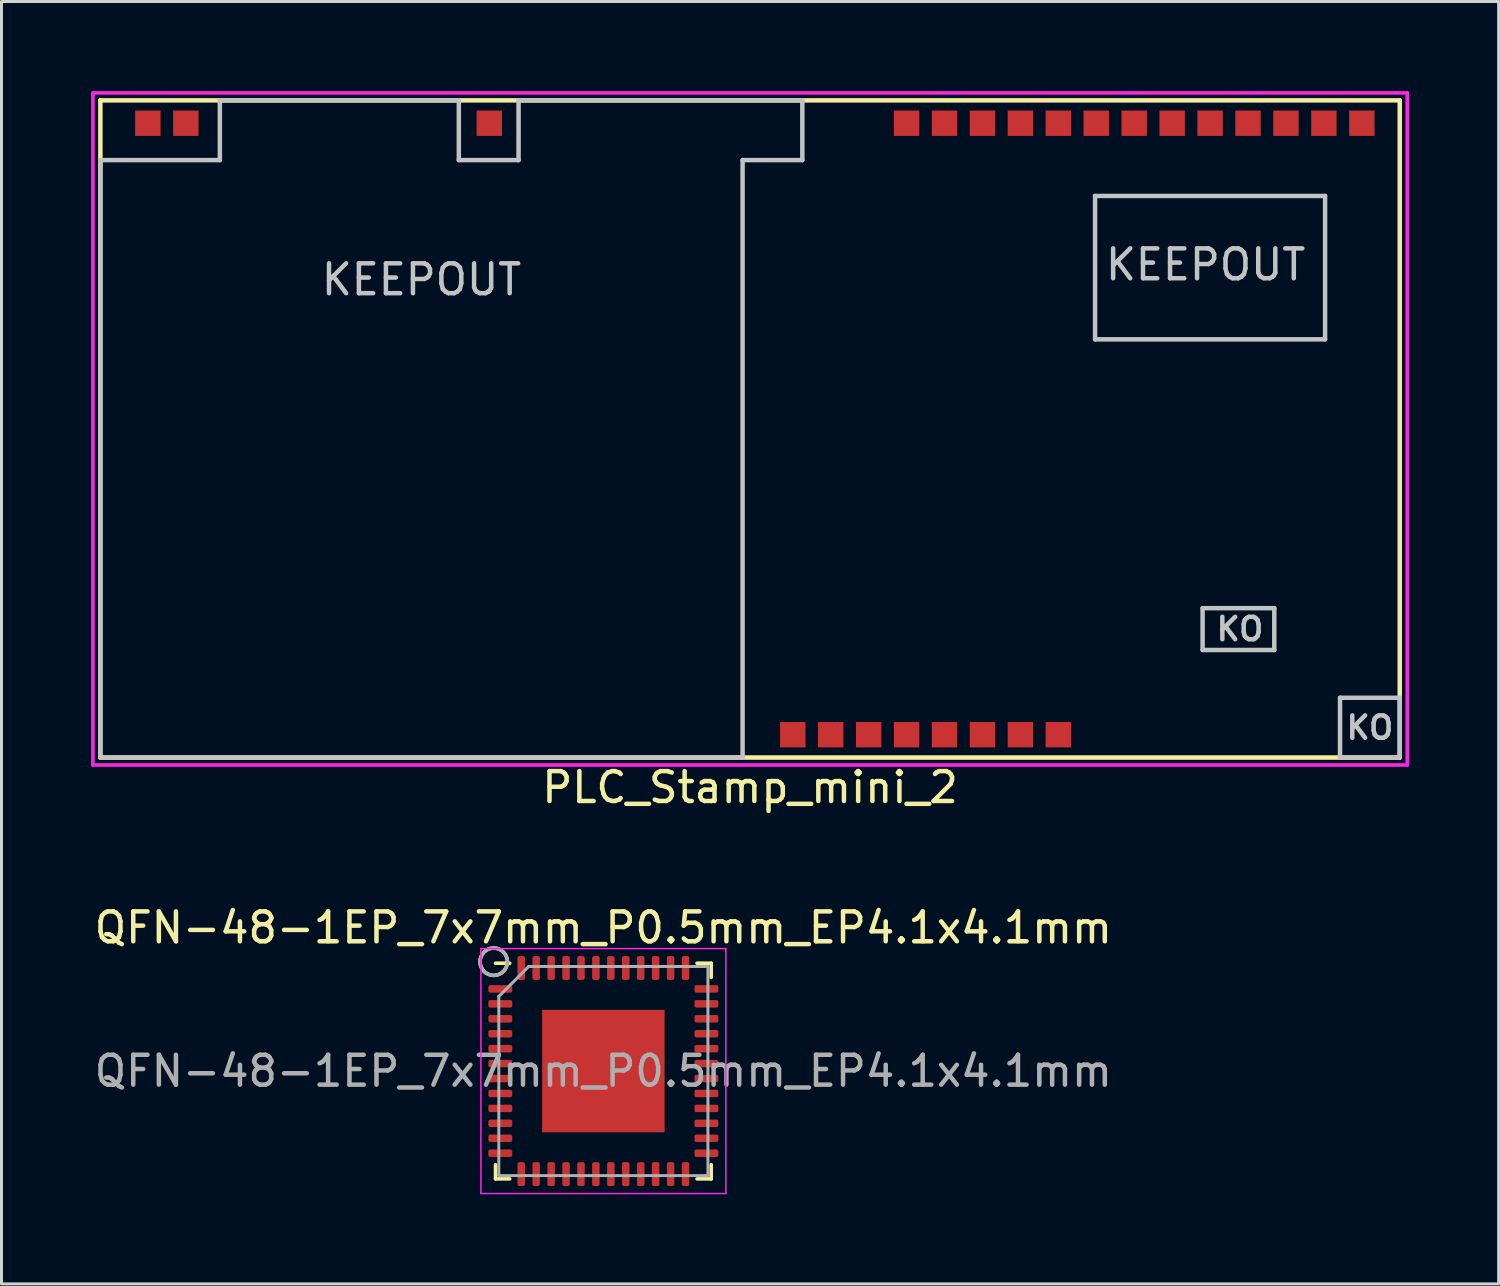
<source format=kicad_pcb>
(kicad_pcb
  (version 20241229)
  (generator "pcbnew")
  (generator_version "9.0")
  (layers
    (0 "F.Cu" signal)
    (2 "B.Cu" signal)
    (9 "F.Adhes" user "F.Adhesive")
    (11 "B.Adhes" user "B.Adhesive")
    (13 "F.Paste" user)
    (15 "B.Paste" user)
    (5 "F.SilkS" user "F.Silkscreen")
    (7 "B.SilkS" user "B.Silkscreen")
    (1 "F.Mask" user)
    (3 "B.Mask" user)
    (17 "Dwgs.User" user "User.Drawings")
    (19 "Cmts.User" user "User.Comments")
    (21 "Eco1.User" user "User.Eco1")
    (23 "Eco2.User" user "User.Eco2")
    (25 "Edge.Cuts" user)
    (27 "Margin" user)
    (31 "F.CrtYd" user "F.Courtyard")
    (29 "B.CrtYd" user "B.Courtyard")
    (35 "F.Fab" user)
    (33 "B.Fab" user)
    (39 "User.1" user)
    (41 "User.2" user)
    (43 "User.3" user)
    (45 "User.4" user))
  (footprint "QFN-48-1EP_7x7mm_P0.5mm_EP4.1x4.1mm"
    (layer "F.Cu")
    (at 17.149 32.806)
    (property "Reference" "QFN-48-1EP_7x7mm_P0.5mm_EP4.1x4.1mm" (at 0 -4.8 0) (layer "F.SilkS") (effects (font (size 1 1) (thickness 0.15))))
    (attr smd)
    (fp_line (start -3.61 3.61) (end -3.61 3.135) (stroke (width 0.12) (type solid)) (layer "F.SilkS"))
    (fp_line (start -3.135 -3.61) (end -3.61 -3.61) (stroke (width 0.12) (type solid)) (layer "F.SilkS"))
    (fp_line (start -3.135 3.61) (end -3.61 3.61) (stroke (width 0.12) (type solid)) (layer "F.SilkS"))
    (fp_line (start 3.135 -3.61) (end 3.61 -3.61) (stroke (width 0.12) (type solid)) (layer "F.SilkS"))
    (fp_line (start 3.135 3.61) (end 3.61 3.61) (stroke (width 0.12) (type solid)) (layer "F.SilkS"))
    (fp_line (start 3.61 -3.61) (end 3.61 -3.135) (stroke (width 0.12) (type solid)) (layer "F.SilkS"))
    (fp_line (start 3.61 3.61) (end 3.61 3.135) (stroke (width 0.12) (type solid)) (layer "F.SilkS"))
    (fp_circle (center -3.67 -3.66) (end -4.06 -3.9) (stroke (width 0.12) (type solid)) (fill no) (layer "F.SilkS"))
    (fp_line (start -4.1 -4.1) (end -4.1 4.1) (stroke (width 0.05) (type solid)) (layer "F.CrtYd"))
    (fp_line (start -4.1 4.1) (end 4.1 4.1) (stroke (width 0.05) (type solid)) (layer "F.CrtYd"))
    (fp_line (start 4.1 -4.1) (end -4.1 -4.1) (stroke (width 0.05) (type solid)) (layer "F.CrtYd"))
    (fp_line (start 4.1 4.1) (end 4.1 -4.1) (stroke (width 0.05) (type solid)) (layer "F.CrtYd"))
    (fp_line (start -3.5 -2.5) (end -2.5 -3.5) (stroke (width 0.1) (type solid)) (layer "F.Fab"))
    (fp_line (start -3.5 3.5) (end -3.5 -2.5) (stroke (width 0.1) (type solid)) (layer "F.Fab"))
    (fp_line (start -2.5 -3.5) (end 3.5 -3.5) (stroke (width 0.1) (type solid)) (layer "F.Fab"))
    (fp_line (start 3.5 -3.5) (end 3.5 3.5) (stroke (width 0.1) (type solid)) (layer "F.Fab"))
    (fp_line (start 3.5 3.5) (end -3.5 3.5) (stroke (width 0.1) (type solid)) (layer "F.Fab"))
    (fp_circle (center -3.67 -3.66) (end -3.212 -3.66) (stroke (width 0.12) (type solid)) (fill no) (layer "F.Fab"))
    (fp_text user "${REFERENCE}" (at 0 0 0) (layer "F.Fab") (effects (font (size 1 1) (thickness 0.15))))
    (pad "" smd roundrect (at -1 -1) (size 1.5 1.5) (layers "F.Paste") (roundrect_rratio 0.234))
    (pad "" smd roundrect (at -1 1) (size 1.5 1.5) (layers "F.Paste") (roundrect_rratio 0.234))
    (pad "" smd roundrect (at 1 -1) (size 1.5 1.5) (layers "F.Paste") (roundrect_rratio 0.234))
    (pad "" smd roundrect (at 1 1) (size 1.5 1.5) (layers "F.Paste") (roundrect_rratio 0.234))
    (pad "1" smd roundrect (at -3.45 -2.75) (size 0.8 0.25) (layers "F.Cu" "F.Mask" "F.Paste") (roundrect_rratio 0.25))
    (pad "2" smd roundrect (at -3.45 -2.25) (size 0.8 0.25) (layers "F.Cu" "F.Mask" "F.Paste") (roundrect_rratio 0.25))
    (pad "3" smd roundrect (at -3.45 -1.75) (size 0.8 0.25) (layers "F.Cu" "F.Mask" "F.Paste") (roundrect_rratio 0.25))
    (pad "4" smd roundrect (at -3.45 -1.25) (size 0.8 0.25) (layers "F.Cu" "F.Mask" "F.Paste") (roundrect_rratio 0.25))
    (pad "5" smd roundrect (at -3.45 -0.75) (size 0.8 0.25) (layers "F.Cu" "F.Mask" "F.Paste") (roundrect_rratio 0.25))
    (pad "6" smd roundrect (at -3.45 -0.25) (size 0.8 0.25) (layers "F.Cu" "F.Mask" "F.Paste") (roundrect_rratio 0.25))
    (pad "7" smd roundrect (at -3.45 0.25) (size 0.8 0.25) (layers "F.Cu" "F.Mask" "F.Paste") (roundrect_rratio 0.25))
    (pad "8" smd roundrect (at -3.45 0.75) (size 0.8 0.25) (layers "F.Cu" "F.Mask" "F.Paste") (roundrect_rratio 0.25))
    (pad "9" smd roundrect (at -3.45 1.25) (size 0.8 0.25) (layers "F.Cu" "F.Mask" "F.Paste") (roundrect_rratio 0.25))
    (pad "10" smd roundrect (at -3.45 1.75) (size 0.8 0.25) (layers "F.Cu" "F.Mask" "F.Paste") (roundrect_rratio 0.25))
    (pad "11" smd roundrect (at -3.45 2.25) (size 0.8 0.25) (layers "F.Cu" "F.Mask" "F.Paste") (roundrect_rratio 0.25))
    (pad "12" smd roundrect (at -3.45 2.75) (size 0.8 0.25) (layers "F.Cu" "F.Mask" "F.Paste") (roundrect_rratio 0.25))
    (pad "13" smd roundrect (at -2.75 3.45) (size 0.25 0.8) (layers "F.Cu" "F.Mask" "F.Paste") (roundrect_rratio 0.25))
    (pad "14" smd roundrect (at -2.25 3.45) (size 0.25 0.8) (layers "F.Cu" "F.Mask" "F.Paste") (roundrect_rratio 0.25))
    (pad "15" smd roundrect (at -1.75 3.45) (size 0.25 0.8) (layers "F.Cu" "F.Mask" "F.Paste") (roundrect_rratio 0.25))
    (pad "16" smd roundrect (at -1.25 3.45) (size 0.25 0.8) (layers "F.Cu" "F.Mask" "F.Paste") (roundrect_rratio 0.25))
    (pad "17" smd roundrect (at -0.75 3.45) (size 0.25 0.8) (layers "F.Cu" "F.Mask" "F.Paste") (roundrect_rratio 0.25))
    (pad "18" smd roundrect (at -0.25 3.45) (size 0.25 0.8) (layers "F.Cu" "F.Mask" "F.Paste") (roundrect_rratio 0.25))
    (pad "19" smd roundrect (at 0.25 3.45) (size 0.25 0.8) (layers "F.Cu" "F.Mask" "F.Paste") (roundrect_rratio 0.25))
    (pad "20" smd roundrect (at 0.75 3.45) (size 0.25 0.8) (layers "F.Cu" "F.Mask" "F.Paste") (roundrect_rratio 0.25))
    (pad "21" smd roundrect (at 1.25 3.45) (size 0.25 0.8) (layers "F.Cu" "F.Mask" "F.Paste") (roundrect_rratio 0.25))
    (pad "22" smd roundrect (at 1.75 3.45) (size 0.25 0.8) (layers "F.Cu" "F.Mask" "F.Paste") (roundrect_rratio 0.25))
    (pad "23" smd roundrect (at 2.25 3.45) (size 0.25 0.8) (layers "F.Cu" "F.Mask" "F.Paste") (roundrect_rratio 0.25))
    (pad "24" smd roundrect (at 2.75 3.45) (size 0.25 0.8) (layers "F.Cu" "F.Mask" "F.Paste") (roundrect_rratio 0.25))
    (pad "25" smd roundrect (at 3.45 2.75) (size 0.8 0.25) (layers "F.Cu" "F.Mask" "F.Paste") (roundrect_rratio 0.25))
    (pad "26" smd roundrect (at 3.45 2.25) (size 0.8 0.25) (layers "F.Cu" "F.Mask" "F.Paste") (roundrect_rratio 0.25))
    (pad "27" smd roundrect (at 3.45 1.75) (size 0.8 0.25) (layers "F.Cu" "F.Mask" "F.Paste") (roundrect_rratio 0.25))
    (pad "28" smd roundrect (at 3.45 1.25) (size 0.8 0.25) (layers "F.Cu" "F.Mask" "F.Paste") (roundrect_rratio 0.25))
    (pad "29" smd roundrect (at 3.45 0.75) (size 0.8 0.25) (layers "F.Cu" "F.Mask" "F.Paste") (roundrect_rratio 0.25))
    (pad "30" smd roundrect (at 3.45 0.25) (size 0.8 0.25) (layers "F.Cu" "F.Mask" "F.Paste") (roundrect_rratio 0.25))
    (pad "31" smd roundrect (at 3.45 -0.25) (size 0.8 0.25) (layers "F.Cu" "F.Mask" "F.Paste") (roundrect_rratio 0.25))
    (pad "32" smd roundrect (at 3.45 -0.75) (size 0.8 0.25) (layers "F.Cu" "F.Mask" "F.Paste") (roundrect_rratio 0.25))
    (pad "33" smd roundrect (at 3.45 -1.25) (size 0.8 0.25) (layers "F.Cu" "F.Mask" "F.Paste") (roundrect_rratio 0.25))
    (pad "34" smd roundrect (at 3.45 -1.75) (size 0.8 0.25) (layers "F.Cu" "F.Mask" "F.Paste") (roundrect_rratio 0.25))
    (pad "35" smd roundrect (at 3.45 -2.25) (size 0.8 0.25) (layers "F.Cu" "F.Mask" "F.Paste") (roundrect_rratio 0.25))
    (pad "36" smd roundrect (at 3.45 -2.75) (size 0.8 0.25) (layers "F.Cu" "F.Mask" "F.Paste") (roundrect_rratio 0.25))
    (pad "37" smd roundrect (at 2.75 -3.45) (size 0.25 0.8) (layers "F.Cu" "F.Mask" "F.Paste") (roundrect_rratio 0.25))
    (pad "38" smd roundrect (at 2.25 -3.45) (size 0.25 0.8) (layers "F.Cu" "F.Mask" "F.Paste") (roundrect_rratio 0.25))
    (pad "39" smd roundrect (at 1.75 -3.45) (size 0.25 0.8) (layers "F.Cu" "F.Mask" "F.Paste") (roundrect_rratio 0.25))
    (pad "40" smd roundrect (at 1.25 -3.45) (size 0.25 0.8) (layers "F.Cu" "F.Mask" "F.Paste") (roundrect_rratio 0.25))
    (pad "41" smd roundrect (at 0.75 -3.45) (size 0.25 0.8) (layers "F.Cu" "F.Mask" "F.Paste") (roundrect_rratio 0.25))
    (pad "42" smd roundrect (at 0.25 -3.45) (size 0.25 0.8) (layers "F.Cu" "F.Mask" "F.Paste") (roundrect_rratio 0.25))
    (pad "43" smd roundrect (at -0.25 -3.45) (size 0.25 0.8) (layers "F.Cu" "F.Mask" "F.Paste") (roundrect_rratio 0.25))
    (pad "44" smd roundrect (at -0.75 -3.45) (size 0.25 0.8) (layers "F.Cu" "F.Mask" "F.Paste") (roundrect_rratio 0.25))
    (pad "45" smd roundrect (at -1.25 -3.45) (size 0.25 0.8) (layers "F.Cu" "F.Mask" "F.Paste") (roundrect_rratio 0.25))
    (pad "46" smd roundrect (at -1.75 -3.45) (size 0.25 0.8) (layers "F.Cu" "F.Mask" "F.Paste") (roundrect_rratio 0.25))
    (pad "47" smd roundrect (at -2.25 -3.45) (size 0.25 0.8) (layers "F.Cu" "F.Mask" "F.Paste") (roundrect_rratio 0.25))
    (pad "48" smd roundrect (at -2.75 -3.45) (size 0.25 0.8) (layers "F.Cu" "F.Mask" "F.Paste") (roundrect_rratio 0.25))
    (pad "49" smd rect (at 0 0) (size 4.1 4.1) (layers "F.Cu" "F.Mask")))
  (footprint "PLC_Stamp_mini_2"
    (layer "F.Cu")
    (at 22.06 11.31)
    (property "Reference" "PLC_Stamp_mini_2" (at 0 12 0) (layer "F.SilkS") (effects (font (size 1 1) (thickness 0.15))))
    (attr smd)
    (fp_line (start -21.75 -11) (end -21.75 11) (stroke (width 0.15) (type solid)) (layer "F.SilkS"))
    (fp_line (start -21.75 11) (end 21.75 11) (stroke (width 0.15) (type solid)) (layer "F.SilkS"))
    (fp_line (start 21.75 -11) (end -21.75 -11) (stroke (width 0.15) (type solid)) (layer "F.SilkS"))
    (fp_line (start 21.75 11) (end 21.75 -11) (stroke (width 0.15) (type solid)) (layer "F.SilkS"))
    (fp_line (start -21.75 -9) (end -21.75 11) (stroke (width 0.15) (type solid)) (layer "Dwgs.User"))
    (fp_line (start -21.75 11) (end -0.25 11) (stroke (width 0.15) (type solid)) (layer "Dwgs.User"))
    (fp_line (start -17.75 -11) (end -17.75 -9) (stroke (width 0.15) (type solid)) (layer "Dwgs.User"))
    (fp_line (start -17.75 -9) (end -21.75 -9) (stroke (width 0.15) (type solid)) (layer "Dwgs.User"))
    (fp_line (start -9.75 -11) (end -17.75 -11) (stroke (width 0.15) (type solid)) (layer "Dwgs.User"))
    (fp_line (start -9.75 -9) (end -9.75 -11) (stroke (width 0.15) (type solid)) (layer "Dwgs.User"))
    (fp_line (start -7.75 -11) (end -7.75 -9) (stroke (width 0.15) (type solid)) (layer "Dwgs.User"))
    (fp_line (start -7.75 -9) (end -9.75 -9) (stroke (width 0.15) (type solid)) (layer "Dwgs.User"))
    (fp_line (start -0.25 -9) (end -0.25 11) (stroke (width 0.15) (type solid)) (layer "Dwgs.User"))
    (fp_line (start 1.75 -11) (end -7.75 -11) (stroke (width 0.15) (type solid)) (layer "Dwgs.User"))
    (fp_line (start 1.75 -11) (end 1.75 -9) (stroke (width 0.15) (type solid)) (layer "Dwgs.User"))
    (fp_line (start 1.75 -9) (end -0.25 -9) (stroke (width 0.15) (type solid)) (layer "Dwgs.User"))
    (fp_line (start 11.55 -7.8) (end 11.55 -3) (stroke (width 0.15) (type solid)) (layer "Dwgs.User"))
    (fp_line (start 11.55 -3) (end 19.25 -3) (stroke (width 0.15) (type solid)) (layer "Dwgs.User"))
    (fp_line (start 15.15 6) (end 15.15 7.4) (stroke (width 0.15) (type solid)) (layer "Dwgs.User"))
    (fp_line (start 15.15 7.4) (end 17.55 7.4) (stroke (width 0.15) (type solid)) (layer "Dwgs.User"))
    (fp_line (start 17.55 6) (end 15.15 6) (stroke (width 0.15) (type solid)) (layer "Dwgs.User"))
    (fp_line (start 17.55 7.4) (end 17.55 6) (stroke (width 0.15) (type solid)) (layer "Dwgs.User"))
    (fp_line (start 19.25 -7.8) (end 11.55 -7.8) (stroke (width 0.15) (type solid)) (layer "Dwgs.User"))
    (fp_line (start 19.25 -3) (end 19.25 -7.8) (stroke (width 0.15) (type solid)) (layer "Dwgs.User"))
    (fp_line (start 19.75 9) (end 19.75 11) (stroke (width 0.15) (type solid)) (layer "Dwgs.User"))
    (fp_line (start 19.75 11) (end 21.75 11) (stroke (width 0.15) (type solid)) (layer "Dwgs.User"))
    (fp_line (start 21.75 9) (end 19.75 9) (stroke (width 0.15) (type solid)) (layer "Dwgs.User"))
    (fp_line (start 21.75 11) (end 21.75 9) (stroke (width 0.15) (type solid)) (layer "Dwgs.User"))
    (fp_line (start -22 -11.25) (end 22 -11.25) (stroke (width 0.12) (type solid)) (layer "F.CrtYd"))
    (fp_line (start -22 11.25) (end -22 -11.25) (stroke (width 0.12) (type solid)) (layer "F.CrtYd"))
    (fp_line (start 22 -11.25) (end 22 11.25) (stroke (width 0.12) (type solid)) (layer "F.CrtYd"))
    (fp_line (start 22 11.25) (end -22 11.25) (stroke (width 0.12) (type solid)) (layer "F.CrtYd"))
    (fp_text user "KEEPOUT" (at 15.25 -5.5 0) (layer "Dwgs.User") (effects (font (size 1 1) (thickness 0.15))))
    (fp_text user "KO" (at 20.75 10 0) (layer "Dwgs.User") (effects (font (size 0.75 0.75) (thickness 0.15))))
    (fp_text user "KEEPOUT" (at -11 -5 0) (layer "Dwgs.User") (effects (font (size 1 1) (thickness 0.15))))
    (fp_text user "KO" (at 16.4 6.7 0) (layer "Dwgs.User") (effects (font (size 0.75 0.75) (thickness 0.15))))
    (pad "1" smd rect (at 20.48 -10.235) (size 0.85 0.85) (layers "F.Cu" "F.Mask" "F.Paste"))
    (pad "2" smd rect (at 19.21 -10.235) (size 0.85 0.85) (layers "F.Cu" "F.Mask" "F.Paste"))
    (pad "3" smd rect (at 17.94 -10.235) (size 0.85 0.85) (layers "F.Cu" "F.Mask" "F.Paste"))
    (pad "4" smd rect (at 16.67 -10.235) (size 0.85 0.85) (layers "F.Cu" "F.Mask" "F.Paste"))
    (pad "5" smd rect (at 15.4 -10.235) (size 0.85 0.85) (layers "F.Cu" "F.Mask" "F.Paste"))
    (pad "6" smd rect (at 14.13 -10.235) (size 0.85 0.85) (layers "F.Cu" "F.Mask" "F.Paste"))
    (pad "7" smd rect (at 12.86 -10.235) (size 0.85 0.85) (layers "F.Cu" "F.Mask" "F.Paste"))
    (pad "8" smd rect (at 11.59 -10.235) (size 0.85 0.85) (layers "F.Cu" "F.Mask" "F.Paste"))
    (pad "9" smd rect (at 10.32 -10.235) (size 0.85 0.85) (layers "F.Cu" "F.Mask" "F.Paste"))
    (pad "10" smd rect (at 9.05 -10.235) (size 0.85 0.85) (layers "F.Cu" "F.Mask" "F.Paste"))
    (pad "11" smd rect (at 7.78 -10.235) (size 0.85 0.85) (layers "F.Cu" "F.Mask" "F.Paste"))
    (pad "12" smd rect (at 6.51 -10.235) (size 0.85 0.85) (layers "F.Cu" "F.Mask" "F.Paste"))
    (pad "13" smd rect (at 5.24 -10.235) (size 0.85 0.85) (layers "F.Cu" "F.Mask" "F.Paste"))
    (pad "15" smd rect (at -8.73 -10.235) (size 0.85 0.85) (layers "F.Cu" "F.Mask" "F.Paste"))
    (pad "16" smd rect (at -18.89 -10.235) (size 0.85 0.85) (layers "F.Cu" "F.Mask" "F.Paste"))
    (pad "17" smd rect (at -20.16 -10.235) (size 0.85 0.85) (layers "F.Cu" "F.Mask" "F.Paste"))
    (pad "18" smd rect (at 1.43 10.235) (size 0.85 0.85) (layers "F.Cu" "F.Mask" "F.Paste"))
    (pad "19" smd rect (at 2.7 10.235) (size 0.85 0.85) (layers "F.Cu" "F.Mask" "F.Paste"))
    (pad "20" smd rect (at 3.97 10.235) (size 0.85 0.85) (layers "F.Cu" "F.Mask" "F.Paste"))
    (pad "21" smd rect (at 5.24 10.235) (size 0.85 0.85) (layers "F.Cu" "F.Mask" "F.Paste"))
    (pad "22" smd rect (at 6.51 10.235) (size 0.85 0.85) (layers "F.Cu" "F.Mask" "F.Paste"))
    (pad "23" smd rect (at 7.78 10.235) (size 0.85 0.85) (layers "F.Cu" "F.Mask" "F.Paste"))
    (pad "24" smd rect (at 9.05 10.235) (size 0.85 0.85) (layers "F.Cu" "F.Mask" "F.Paste"))
    (pad "25" smd rect (at 10.32 10.235) (size 0.85 0.85) (layers "F.Cu" "F.Mask" "F.Paste")))
  (gr_rect
    (start -3 -3)
    (end 47.12 39.931)
    (stroke (width 0.1) (type default))
    (fill no)
    (layer "Edge.Cuts")))
</source>
